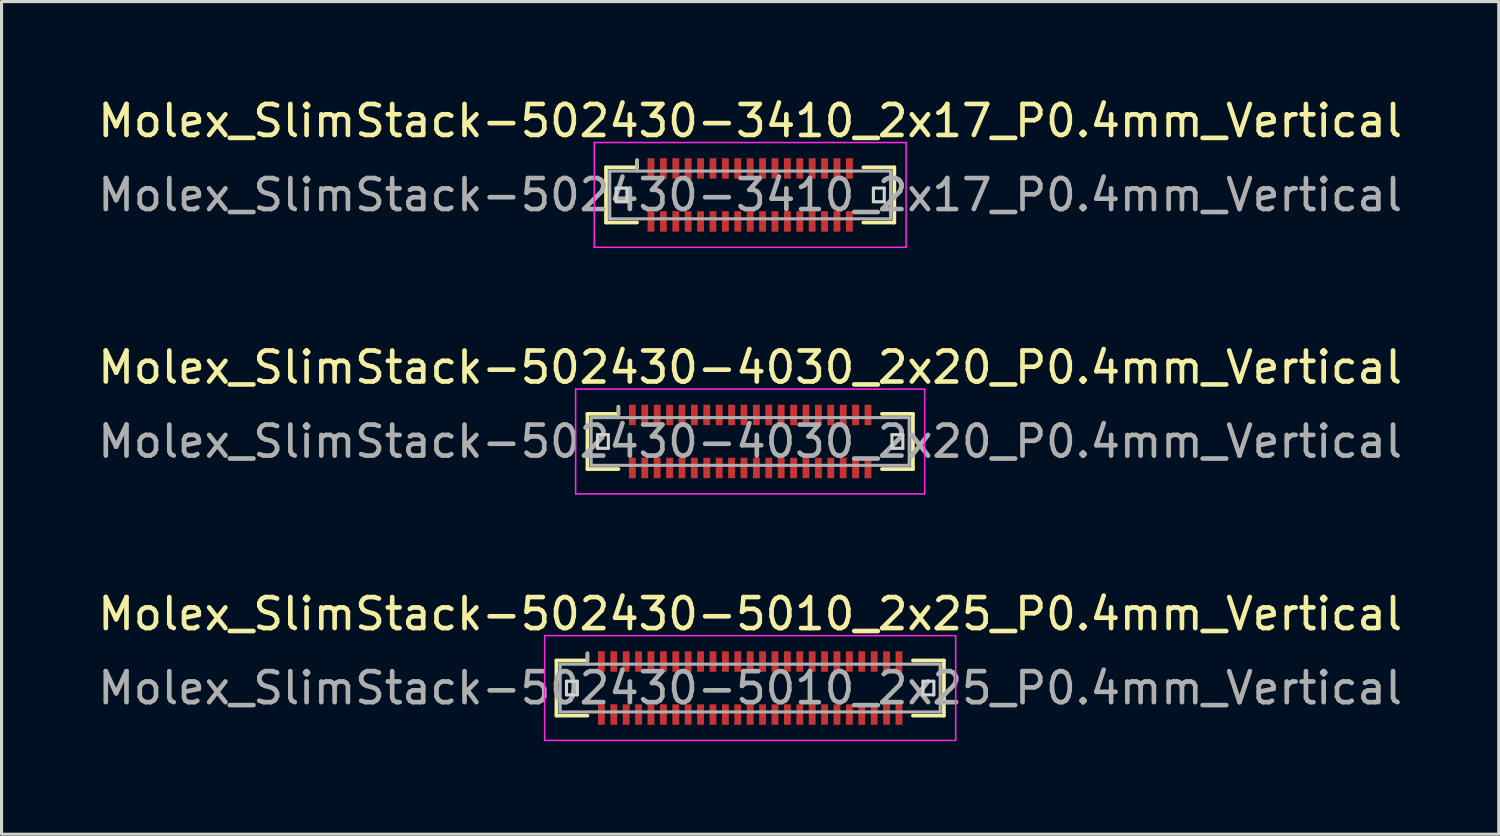
<source format=kicad_pcb>
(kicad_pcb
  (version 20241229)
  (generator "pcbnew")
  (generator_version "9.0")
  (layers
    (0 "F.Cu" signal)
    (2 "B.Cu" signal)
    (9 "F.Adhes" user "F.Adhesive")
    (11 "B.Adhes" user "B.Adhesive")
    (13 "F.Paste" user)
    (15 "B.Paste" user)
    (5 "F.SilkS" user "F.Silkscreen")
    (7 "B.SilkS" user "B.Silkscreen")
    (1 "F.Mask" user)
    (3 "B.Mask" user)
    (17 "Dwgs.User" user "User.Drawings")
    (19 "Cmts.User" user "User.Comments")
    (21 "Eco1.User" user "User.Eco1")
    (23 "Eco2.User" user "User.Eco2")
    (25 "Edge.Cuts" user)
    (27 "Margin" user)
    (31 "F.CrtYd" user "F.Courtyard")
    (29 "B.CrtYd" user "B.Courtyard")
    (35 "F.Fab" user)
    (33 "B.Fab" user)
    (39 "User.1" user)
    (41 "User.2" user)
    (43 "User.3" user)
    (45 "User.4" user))
  (footprint "Molex_SlimStack-502430-4030_2x20_P0.4mm_Vertical"
    (layer "F.Cu")
    (at 21.149 11.191)
    (property "Reference" "Molex_SlimStack-502430-4030_2x20_P0.4mm_Vertical" (at 0 -2.39 0) (layer "F.SilkS") (effects (font (size 1 1) (thickness 0.15))))
    (attr smd)
    (fp_line (start -5.25 -0.89) (end -4.25 -0.89) (stroke (width 0.12) (type solid)) (layer "F.SilkS"))
    (fp_line (start -5.25 0.89) (end -5.25 -0.89) (stroke (width 0.12) (type solid)) (layer "F.SilkS"))
    (fp_line (start -4.25 -0.89) (end -4.25 -1.12) (stroke (width 0.12) (type solid)) (layer "F.SilkS"))
    (fp_line (start -4.25 0.89) (end -5.25 0.89) (stroke (width 0.12) (type solid)) (layer "F.SilkS"))
    (fp_line (start 4.25 0.89) (end 5.25 0.89) (stroke (width 0.12) (type solid)) (layer "F.SilkS"))
    (fp_line (start 5.25 -0.89) (end 4.25 -0.89) (stroke (width 0.12) (type solid)) (layer "F.SilkS"))
    (fp_line (start 5.25 0.89) (end 5.25 -0.89) (stroke (width 0.12) (type solid)) (layer "F.SilkS"))
    (fp_line (start -4.925 -0.22) (end -4.925 0.22) (stroke (width 0.1) (type solid)) (layer "Edge.Cuts"))
    (fp_line (start -4.925 0.22) (end -4.575 0.22) (stroke (width 0.1) (type solid)) (layer "Edge.Cuts"))
    (fp_line (start -4.575 -0.22) (end -4.925 -0.22) (stroke (width 0.1) (type solid)) (layer "Edge.Cuts"))
    (fp_line (start -4.575 0.22) (end -4.575 -0.22) (stroke (width 0.1) (type solid)) (layer "Edge.Cuts"))
    (fp_line (start 4.575 -0.22) (end 4.575 0.22) (stroke (width 0.1) (type solid)) (layer "Edge.Cuts"))
    (fp_line (start 4.575 0.22) (end 4.925 0.22) (stroke (width 0.1) (type solid)) (layer "Edge.Cuts"))
    (fp_line (start 4.925 -0.22) (end 4.575 -0.22) (stroke (width 0.1) (type solid)) (layer "Edge.Cuts"))
    (fp_line (start 4.925 0.22) (end 4.925 -0.22) (stroke (width 0.1) (type solid)) (layer "Edge.Cuts"))
    (fp_line (start -5.63 -1.69) (end -5.63 1.69) (stroke (width 0.05) (type solid)) (layer "F.CrtYd"))
    (fp_line (start -5.63 1.69) (end 5.63 1.69) (stroke (width 0.05) (type solid)) (layer "F.CrtYd"))
    (fp_line (start 5.63 -1.69) (end -5.63 -1.69) (stroke (width 0.05) (type solid)) (layer "F.CrtYd"))
    (fp_line (start 5.63 1.69) (end 5.63 -1.69) (stroke (width 0.05) (type solid)) (layer "F.CrtYd"))
    (fp_line (start -5.13 -0.77) (end -5.13 0.77) (stroke (width 0.1) (type solid)) (layer "F.Fab"))
    (fp_line (start -5.13 0.77) (end 5.13 0.77) (stroke (width 0.1) (type solid)) (layer "F.Fab"))
    (fp_line (start -4.25 -0.77) (end -4.25 -1.12) (stroke (width 0.1) (type solid)) (layer "F.Fab"))
    (fp_line (start 5.13 -0.77) (end -5.13 -0.77) (stroke (width 0.1) (type solid)) (layer "F.Fab"))
    (fp_line (start 5.13 0.77) (end 5.13 -0.77) (stroke (width 0.1) (type solid)) (layer "F.Fab"))
    (fp_text user "${REFERENCE}" (at 0 0 0) (layer "F.Fab") (effects (font (size 1 1) (thickness 0.15))))
    (pad "1" smd rect (at -3.8 -0.855) (size 0.22 0.66) (layers "F.Cu" "F.Mask" "F.Paste"))
    (pad "2" smd rect (at -3.8 0.855) (size 0.22 0.66) (layers "F.Cu" "F.Mask" "F.Paste"))
    (pad "3" smd rect (at -3.4 -0.855) (size 0.22 0.66) (layers "F.Cu" "F.Mask" "F.Paste"))
    (pad "4" smd rect (at -3.4 0.855) (size 0.22 0.66) (layers "F.Cu" "F.Mask" "F.Paste"))
    (pad "5" smd rect (at -3 -0.855) (size 0.22 0.66) (layers "F.Cu" "F.Mask" "F.Paste"))
    (pad "6" smd rect (at -3 0.855) (size 0.22 0.66) (layers "F.Cu" "F.Mask" "F.Paste"))
    (pad "7" smd rect (at -2.6 -0.855) (size 0.22 0.66) (layers "F.Cu" "F.Mask" "F.Paste"))
    (pad "8" smd rect (at -2.6 0.855) (size 0.22 0.66) (layers "F.Cu" "F.Mask" "F.Paste"))
    (pad "9" smd rect (at -2.2 -0.855) (size 0.22 0.66) (layers "F.Cu" "F.Mask" "F.Paste"))
    (pad "10" smd rect (at -2.2 0.855) (size 0.22 0.66) (layers "F.Cu" "F.Mask" "F.Paste"))
    (pad "11" smd rect (at -1.8 -0.855) (size 0.22 0.66) (layers "F.Cu" "F.Mask" "F.Paste"))
    (pad "12" smd rect (at -1.8 0.855) (size 0.22 0.66) (layers "F.Cu" "F.Mask" "F.Paste"))
    (pad "13" smd rect (at -1.4 -0.855) (size 0.22 0.66) (layers "F.Cu" "F.Mask" "F.Paste"))
    (pad "14" smd rect (at -1.4 0.855) (size 0.22 0.66) (layers "F.Cu" "F.Mask" "F.Paste"))
    (pad "15" smd rect (at -1 -0.855) (size 0.22 0.66) (layers "F.Cu" "F.Mask" "F.Paste"))
    (pad "16" smd rect (at -1 0.855) (size 0.22 0.66) (layers "F.Cu" "F.Mask" "F.Paste"))
    (pad "17" smd rect (at -0.6 -0.855) (size 0.22 0.66) (layers "F.Cu" "F.Mask" "F.Paste"))
    (pad "18" smd rect (at -0.6 0.855) (size 0.22 0.66) (layers "F.Cu" "F.Mask" "F.Paste"))
    (pad "19" smd rect (at -0.2 -0.855) (size 0.22 0.66) (layers "F.Cu" "F.Mask" "F.Paste"))
    (pad "20" smd rect (at -0.2 0.855) (size 0.22 0.66) (layers "F.Cu" "F.Mask" "F.Paste"))
    (pad "21" smd rect (at 0.2 -0.855) (size 0.22 0.66) (layers "F.Cu" "F.Mask" "F.Paste"))
    (pad "22" smd rect (at 0.2 0.855) (size 0.22 0.66) (layers "F.Cu" "F.Mask" "F.Paste"))
    (pad "23" smd rect (at 0.6 -0.855) (size 0.22 0.66) (layers "F.Cu" "F.Mask" "F.Paste"))
    (pad "24" smd rect (at 0.6 0.855) (size 0.22 0.66) (layers "F.Cu" "F.Mask" "F.Paste"))
    (pad "25" smd rect (at 1 -0.855) (size 0.22 0.66) (layers "F.Cu" "F.Mask" "F.Paste"))
    (pad "26" smd rect (at 1 0.855) (size 0.22 0.66) (layers "F.Cu" "F.Mask" "F.Paste"))
    (pad "27" smd rect (at 1.4 -0.855) (size 0.22 0.66) (layers "F.Cu" "F.Mask" "F.Paste"))
    (pad "28" smd rect (at 1.4 0.855) (size 0.22 0.66) (layers "F.Cu" "F.Mask" "F.Paste"))
    (pad "29" smd rect (at 1.8 -0.855) (size 0.22 0.66) (layers "F.Cu" "F.Mask" "F.Paste"))
    (pad "30" smd rect (at 1.8 0.855) (size 0.22 0.66) (layers "F.Cu" "F.Mask" "F.Paste"))
    (pad "31" smd rect (at 2.2 -0.855) (size 0.22 0.66) (layers "F.Cu" "F.Mask" "F.Paste"))
    (pad "32" smd rect (at 2.2 0.855) (size 0.22 0.66) (layers "F.Cu" "F.Mask" "F.Paste"))
    (pad "33" smd rect (at 2.6 -0.855) (size 0.22 0.66) (layers "F.Cu" "F.Mask" "F.Paste"))
    (pad "34" smd rect (at 2.6 0.855) (size 0.22 0.66) (layers "F.Cu" "F.Mask" "F.Paste"))
    (pad "35" smd rect (at 3 -0.855) (size 0.22 0.66) (layers "F.Cu" "F.Mask" "F.Paste"))
    (pad "36" smd rect (at 3 0.855) (size 0.22 0.66) (layers "F.Cu" "F.Mask" "F.Paste"))
    (pad "37" smd rect (at 3.4 -0.855) (size 0.22 0.66) (layers "F.Cu" "F.Mask" "F.Paste"))
    (pad "38" smd rect (at 3.4 0.855) (size 0.22 0.66) (layers "F.Cu" "F.Mask" "F.Paste"))
    (pad "39" smd rect (at 3.8 -0.855) (size 0.22 0.66) (layers "F.Cu" "F.Mask" "F.Paste"))
    (pad "40" smd rect (at 3.8 0.855) (size 0.22 0.66) (layers "F.Cu" "F.Mask" "F.Paste")))
  (footprint "Molex_SlimStack-502430-5010_2x25_P0.4mm_Vertical"
    (layer "F.Cu")
    (at 21.149 19.145)
    (property "Reference" "Molex_SlimStack-502430-5010_2x25_P0.4mm_Vertical" (at 0 -2.39 0) (layer "F.SilkS") (effects (font (size 1 1) (thickness 0.15))))
    (attr smd)
    (fp_line (start -6.25 -0.89) (end -5.25 -0.89) (stroke (width 0.12) (type solid)) (layer "F.SilkS"))
    (fp_line (start -6.25 0.89) (end -6.25 -0.89) (stroke (width 0.12) (type solid)) (layer "F.SilkS"))
    (fp_line (start -5.25 -0.89) (end -5.25 -1.12) (stroke (width 0.12) (type solid)) (layer "F.SilkS"))
    (fp_line (start -5.25 0.89) (end -6.25 0.89) (stroke (width 0.12) (type solid)) (layer "F.SilkS"))
    (fp_line (start 5.25 0.89) (end 6.25 0.89) (stroke (width 0.12) (type solid)) (layer "F.SilkS"))
    (fp_line (start 6.25 -0.89) (end 5.25 -0.89) (stroke (width 0.12) (type solid)) (layer "F.SilkS"))
    (fp_line (start 6.25 0.89) (end 6.25 -0.89) (stroke (width 0.12) (type solid)) (layer "F.SilkS"))
    (fp_line (start -5.925 -0.22) (end -5.925 0.22) (stroke (width 0.1) (type solid)) (layer "Edge.Cuts"))
    (fp_line (start -5.925 0.22) (end -5.575 0.22) (stroke (width 0.1) (type solid)) (layer "Edge.Cuts"))
    (fp_line (start -5.575 -0.22) (end -5.925 -0.22) (stroke (width 0.1) (type solid)) (layer "Edge.Cuts"))
    (fp_line (start -5.575 0.22) (end -5.575 -0.22) (stroke (width 0.1) (type solid)) (layer "Edge.Cuts"))
    (fp_line (start 5.575 -0.22) (end 5.575 0.22) (stroke (width 0.1) (type solid)) (layer "Edge.Cuts"))
    (fp_line (start 5.575 0.22) (end 5.925 0.22) (stroke (width 0.1) (type solid)) (layer "Edge.Cuts"))
    (fp_line (start 5.925 -0.22) (end 5.575 -0.22) (stroke (width 0.1) (type solid)) (layer "Edge.Cuts"))
    (fp_line (start 5.925 0.22) (end 5.925 -0.22) (stroke (width 0.1) (type solid)) (layer "Edge.Cuts"))
    (fp_line (start -6.63 -1.69) (end -6.63 1.69) (stroke (width 0.05) (type solid)) (layer "F.CrtYd"))
    (fp_line (start -6.63 1.69) (end 6.63 1.69) (stroke (width 0.05) (type solid)) (layer "F.CrtYd"))
    (fp_line (start 6.63 -1.69) (end -6.63 -1.69) (stroke (width 0.05) (type solid)) (layer "F.CrtYd"))
    (fp_line (start 6.63 1.69) (end 6.63 -1.69) (stroke (width 0.05) (type solid)) (layer "F.CrtYd"))
    (fp_line (start -6.13 -0.77) (end -6.13 0.77) (stroke (width 0.1) (type solid)) (layer "F.Fab"))
    (fp_line (start -6.13 0.77) (end 6.13 0.77) (stroke (width 0.1) (type solid)) (layer "F.Fab"))
    (fp_line (start -5.25 -0.77) (end -5.25 -1.12) (stroke (width 0.1) (type solid)) (layer "F.Fab"))
    (fp_line (start 6.13 -0.77) (end -6.13 -0.77) (stroke (width 0.1) (type solid)) (layer "F.Fab"))
    (fp_line (start 6.13 0.77) (end 6.13 -0.77) (stroke (width 0.1) (type solid)) (layer "F.Fab"))
    (fp_text user "${REFERENCE}" (at 0 0 0) (layer "F.Fab") (effects (font (size 1 1) (thickness 0.15))))
    (pad "1" smd rect (at -4.8 -0.855) (size 0.22 0.66) (layers "F.Cu" "F.Mask" "F.Paste"))
    (pad "2" smd rect (at -4.8 0.855) (size 0.22 0.66) (layers "F.Cu" "F.Mask" "F.Paste"))
    (pad "3" smd rect (at -4.4 -0.855) (size 0.22 0.66) (layers "F.Cu" "F.Mask" "F.Paste"))
    (pad "4" smd rect (at -4.4 0.855) (size 0.22 0.66) (layers "F.Cu" "F.Mask" "F.Paste"))
    (pad "5" smd rect (at -4 -0.855) (size 0.22 0.66) (layers "F.Cu" "F.Mask" "F.Paste"))
    (pad "6" smd rect (at -4 0.855) (size 0.22 0.66) (layers "F.Cu" "F.Mask" "F.Paste"))
    (pad "7" smd rect (at -3.6 -0.855) (size 0.22 0.66) (layers "F.Cu" "F.Mask" "F.Paste"))
    (pad "8" smd rect (at -3.6 0.855) (size 0.22 0.66) (layers "F.Cu" "F.Mask" "F.Paste"))
    (pad "9" smd rect (at -3.2 -0.855) (size 0.22 0.66) (layers "F.Cu" "F.Mask" "F.Paste"))
    (pad "10" smd rect (at -3.2 0.855) (size 0.22 0.66) (layers "F.Cu" "F.Mask" "F.Paste"))
    (pad "11" smd rect (at -2.8 -0.855) (size 0.22 0.66) (layers "F.Cu" "F.Mask" "F.Paste"))
    (pad "12" smd rect (at -2.8 0.855) (size 0.22 0.66) (layers "F.Cu" "F.Mask" "F.Paste"))
    (pad "13" smd rect (at -2.4 -0.855) (size 0.22 0.66) (layers "F.Cu" "F.Mask" "F.Paste"))
    (pad "14" smd rect (at -2.4 0.855) (size 0.22 0.66) (layers "F.Cu" "F.Mask" "F.Paste"))
    (pad "15" smd rect (at -2 -0.855) (size 0.22 0.66) (layers "F.Cu" "F.Mask" "F.Paste"))
    (pad "16" smd rect (at -2 0.855) (size 0.22 0.66) (layers "F.Cu" "F.Mask" "F.Paste"))
    (pad "17" smd rect (at -1.6 -0.855) (size 0.22 0.66) (layers "F.Cu" "F.Mask" "F.Paste"))
    (pad "18" smd rect (at -1.6 0.855) (size 0.22 0.66) (layers "F.Cu" "F.Mask" "F.Paste"))
    (pad "19" smd rect (at -1.2 -0.855) (size 0.22 0.66) (layers "F.Cu" "F.Mask" "F.Paste"))
    (pad "20" smd rect (at -1.2 0.855) (size 0.22 0.66) (layers "F.Cu" "F.Mask" "F.Paste"))
    (pad "21" smd rect (at -0.8 -0.855) (size 0.22 0.66) (layers "F.Cu" "F.Mask" "F.Paste"))
    (pad "22" smd rect (at -0.8 0.855) (size 0.22 0.66) (layers "F.Cu" "F.Mask" "F.Paste"))
    (pad "23" smd rect (at -0.4 -0.855) (size 0.22 0.66) (layers "F.Cu" "F.Mask" "F.Paste"))
    (pad "24" smd rect (at -0.4 0.855) (size 0.22 0.66) (layers "F.Cu" "F.Mask" "F.Paste"))
    (pad "25" smd rect (at 0 -0.855) (size 0.22 0.66) (layers "F.Cu" "F.Mask" "F.Paste"))
    (pad "26" smd rect (at 0 0.855) (size 0.22 0.66) (layers "F.Cu" "F.Mask" "F.Paste"))
    (pad "27" smd rect (at 0.4 -0.855) (size 0.22 0.66) (layers "F.Cu" "F.Mask" "F.Paste"))
    (pad "28" smd rect (at 0.4 0.855) (size 0.22 0.66) (layers "F.Cu" "F.Mask" "F.Paste"))
    (pad "29" smd rect (at 0.8 -0.855) (size 0.22 0.66) (layers "F.Cu" "F.Mask" "F.Paste"))
    (pad "30" smd rect (at 0.8 0.855) (size 0.22 0.66) (layers "F.Cu" "F.Mask" "F.Paste"))
    (pad "31" smd rect (at 1.2 -0.855) (size 0.22 0.66) (layers "F.Cu" "F.Mask" "F.Paste"))
    (pad "32" smd rect (at 1.2 0.855) (size 0.22 0.66) (layers "F.Cu" "F.Mask" "F.Paste"))
    (pad "33" smd rect (at 1.6 -0.855) (size 0.22 0.66) (layers "F.Cu" "F.Mask" "F.Paste"))
    (pad "34" smd rect (at 1.6 0.855) (size 0.22 0.66) (layers "F.Cu" "F.Mask" "F.Paste"))
    (pad "35" smd rect (at 2 -0.855) (size 0.22 0.66) (layers "F.Cu" "F.Mask" "F.Paste"))
    (pad "36" smd rect (at 2 0.855) (size 0.22 0.66) (layers "F.Cu" "F.Mask" "F.Paste"))
    (pad "37" smd rect (at 2.4 -0.855) (size 0.22 0.66) (layers "F.Cu" "F.Mask" "F.Paste"))
    (pad "38" smd rect (at 2.4 0.855) (size 0.22 0.66) (layers "F.Cu" "F.Mask" "F.Paste"))
    (pad "39" smd rect (at 2.8 -0.855) (size 0.22 0.66) (layers "F.Cu" "F.Mask" "F.Paste"))
    (pad "40" smd rect (at 2.8 0.855) (size 0.22 0.66) (layers "F.Cu" "F.Mask" "F.Paste"))
    (pad "41" smd rect (at 3.2 -0.855) (size 0.22 0.66) (layers "F.Cu" "F.Mask" "F.Paste"))
    (pad "42" smd rect (at 3.2 0.855) (size 0.22 0.66) (layers "F.Cu" "F.Mask" "F.Paste"))
    (pad "43" smd rect (at 3.6 -0.855) (size 0.22 0.66) (layers "F.Cu" "F.Mask" "F.Paste"))
    (pad "44" smd rect (at 3.6 0.855) (size 0.22 0.66) (layers "F.Cu" "F.Mask" "F.Paste"))
    (pad "45" smd rect (at 4 -0.855) (size 0.22 0.66) (layers "F.Cu" "F.Mask" "F.Paste"))
    (pad "46" smd rect (at 4 0.855) (size 0.22 0.66) (layers "F.Cu" "F.Mask" "F.Paste"))
    (pad "47" smd rect (at 4.4 -0.855) (size 0.22 0.66) (layers "F.Cu" "F.Mask" "F.Paste"))
    (pad "48" smd rect (at 4.4 0.855) (size 0.22 0.66) (layers "F.Cu" "F.Mask" "F.Paste"))
    (pad "49" smd rect (at 4.8 -0.855) (size 0.22 0.66) (layers "F.Cu" "F.Mask" "F.Paste"))
    (pad "50" smd rect (at 4.8 0.855) (size 0.22 0.66) (layers "F.Cu" "F.Mask" "F.Paste")))
  (footprint "Molex_SlimStack-502430-3410_2x17_P0.4mm_Vertical"
    (layer "F.Cu")
    (at 21.149 3.238)
    (property "Reference" "Molex_SlimStack-502430-3410_2x17_P0.4mm_Vertical" (at 0 -2.39 0) (layer "F.SilkS") (effects (font (size 1 1) (thickness 0.15))))
    (attr smd)
    (fp_line (start -4.65 -0.89) (end -3.65 -0.89) (stroke (width 0.12) (type solid)) (layer "F.SilkS"))
    (fp_line (start -4.65 0.89) (end -4.65 -0.89) (stroke (width 0.12) (type solid)) (layer "F.SilkS"))
    (fp_line (start -3.65 -0.89) (end -3.65 -1.12) (stroke (width 0.12) (type solid)) (layer "F.SilkS"))
    (fp_line (start -3.65 0.89) (end -4.65 0.89) (stroke (width 0.12) (type solid)) (layer "F.SilkS"))
    (fp_line (start 3.65 0.89) (end 4.65 0.89) (stroke (width 0.12) (type solid)) (layer "F.SilkS"))
    (fp_line (start 4.65 -0.89) (end 3.65 -0.89) (stroke (width 0.12) (type solid)) (layer "F.SilkS"))
    (fp_line (start 4.65 0.89) (end 4.65 -0.89) (stroke (width 0.12) (type solid)) (layer "F.SilkS"))
    (fp_line (start -4.325 -0.22) (end -4.325 0.22) (stroke (width 0.1) (type solid)) (layer "Edge.Cuts"))
    (fp_line (start -4.325 0.22) (end -3.975 0.22) (stroke (width 0.1) (type solid)) (layer "Edge.Cuts"))
    (fp_line (start -3.975 -0.22) (end -4.325 -0.22) (stroke (width 0.1) (type solid)) (layer "Edge.Cuts"))
    (fp_line (start -3.975 0.22) (end -3.975 -0.22) (stroke (width 0.1) (type solid)) (layer "Edge.Cuts"))
    (fp_line (start 3.975 -0.22) (end 3.975 0.22) (stroke (width 0.1) (type solid)) (layer "Edge.Cuts"))
    (fp_line (start 3.975 0.22) (end 4.325 0.22) (stroke (width 0.1) (type solid)) (layer "Edge.Cuts"))
    (fp_line (start 4.325 -0.22) (end 3.975 -0.22) (stroke (width 0.1) (type solid)) (layer "Edge.Cuts"))
    (fp_line (start 4.325 0.22) (end 4.325 -0.22) (stroke (width 0.1) (type solid)) (layer "Edge.Cuts"))
    (fp_line (start -5.03 -1.69) (end -5.03 1.69) (stroke (width 0.05) (type solid)) (layer "F.CrtYd"))
    (fp_line (start -5.03 1.69) (end 5.03 1.69) (stroke (width 0.05) (type solid)) (layer "F.CrtYd"))
    (fp_line (start 5.03 -1.69) (end -5.03 -1.69) (stroke (width 0.05) (type solid)) (layer "F.CrtYd"))
    (fp_line (start 5.03 1.69) (end 5.03 -1.69) (stroke (width 0.05) (type solid)) (layer "F.CrtYd"))
    (fp_line (start -4.53 -0.77) (end -4.53 0.77) (stroke (width 0.1) (type solid)) (layer "F.Fab"))
    (fp_line (start -4.53 0.77) (end 4.53 0.77) (stroke (width 0.1) (type solid)) (layer "F.Fab"))
    (fp_line (start -3.65 -0.77) (end -3.65 -1.12) (stroke (width 0.1) (type solid)) (layer "F.Fab"))
    (fp_line (start 4.53 -0.77) (end -4.53 -0.77) (stroke (width 0.1) (type solid)) (layer "F.Fab"))
    (fp_line (start 4.53 0.77) (end 4.53 -0.77) (stroke (width 0.1) (type solid)) (layer "F.Fab"))
    (fp_text user "${REFERENCE}" (at 0 0 0) (layer "F.Fab") (effects (font (size 1 1) (thickness 0.15))))
    (pad "1" smd rect (at -3.2 -0.855) (size 0.22 0.66) (layers "F.Cu" "F.Mask" "F.Paste"))
    (pad "2" smd rect (at -3.2 0.855) (size 0.22 0.66) (layers "F.Cu" "F.Mask" "F.Paste"))
    (pad "3" smd rect (at -2.8 -0.855) (size 0.22 0.66) (layers "F.Cu" "F.Mask" "F.Paste"))
    (pad "4" smd rect (at -2.8 0.855) (size 0.22 0.66) (layers "F.Cu" "F.Mask" "F.Paste"))
    (pad "5" smd rect (at -2.4 -0.855) (size 0.22 0.66) (layers "F.Cu" "F.Mask" "F.Paste"))
    (pad "6" smd rect (at -2.4 0.855) (size 0.22 0.66) (layers "F.Cu" "F.Mask" "F.Paste"))
    (pad "7" smd rect (at -2 -0.855) (size 0.22 0.66) (layers "F.Cu" "F.Mask" "F.Paste"))
    (pad "8" smd rect (at -2 0.855) (size 0.22 0.66) (layers "F.Cu" "F.Mask" "F.Paste"))
    (pad "9" smd rect (at -1.6 -0.855) (size 0.22 0.66) (layers "F.Cu" "F.Mask" "F.Paste"))
    (pad "10" smd rect (at -1.6 0.855) (size 0.22 0.66) (layers "F.Cu" "F.Mask" "F.Paste"))
    (pad "11" smd rect (at -1.2 -0.855) (size 0.22 0.66) (layers "F.Cu" "F.Mask" "F.Paste"))
    (pad "12" smd rect (at -1.2 0.855) (size 0.22 0.66) (layers "F.Cu" "F.Mask" "F.Paste"))
    (pad "13" smd rect (at -0.8 -0.855) (size 0.22 0.66) (layers "F.Cu" "F.Mask" "F.Paste"))
    (pad "14" smd rect (at -0.8 0.855) (size 0.22 0.66) (layers "F.Cu" "F.Mask" "F.Paste"))
    (pad "15" smd rect (at -0.4 -0.855) (size 0.22 0.66) (layers "F.Cu" "F.Mask" "F.Paste"))
    (pad "16" smd rect (at -0.4 0.855) (size 0.22 0.66) (layers "F.Cu" "F.Mask" "F.Paste"))
    (pad "17" smd rect (at 0 -0.855) (size 0.22 0.66) (layers "F.Cu" "F.Mask" "F.Paste"))
    (pad "18" smd rect (at 0 0.855) (size 0.22 0.66) (layers "F.Cu" "F.Mask" "F.Paste"))
    (pad "19" smd rect (at 0.4 -0.855) (size 0.22 0.66) (layers "F.Cu" "F.Mask" "F.Paste"))
    (pad "20" smd rect (at 0.4 0.855) (size 0.22 0.66) (layers "F.Cu" "F.Mask" "F.Paste"))
    (pad "21" smd rect (at 0.8 -0.855) (size 0.22 0.66) (layers "F.Cu" "F.Mask" "F.Paste"))
    (pad "22" smd rect (at 0.8 0.855) (size 0.22 0.66) (layers "F.Cu" "F.Mask" "F.Paste"))
    (pad "23" smd rect (at 1.2 -0.855) (size 0.22 0.66) (layers "F.Cu" "F.Mask" "F.Paste"))
    (pad "24" smd rect (at 1.2 0.855) (size 0.22 0.66) (layers "F.Cu" "F.Mask" "F.Paste"))
    (pad "25" smd rect (at 1.6 -0.855) (size 0.22 0.66) (layers "F.Cu" "F.Mask" "F.Paste"))
    (pad "26" smd rect (at 1.6 0.855) (size 0.22 0.66) (layers "F.Cu" "F.Mask" "F.Paste"))
    (pad "27" smd rect (at 2 -0.855) (size 0.22 0.66) (layers "F.Cu" "F.Mask" "F.Paste"))
    (pad "28" smd rect (at 2 0.855) (size 0.22 0.66) (layers "F.Cu" "F.Mask" "F.Paste"))
    (pad "29" smd rect (at 2.4 -0.855) (size 0.22 0.66) (layers "F.Cu" "F.Mask" "F.Paste"))
    (pad "30" smd rect (at 2.4 0.855) (size 0.22 0.66) (layers "F.Cu" "F.Mask" "F.Paste"))
    (pad "31" smd rect (at 2.8 -0.855) (size 0.22 0.66) (layers "F.Cu" "F.Mask" "F.Paste"))
    (pad "32" smd rect (at 2.8 0.855) (size 0.22 0.66) (layers "F.Cu" "F.Mask" "F.Paste"))
    (pad "33" smd rect (at 3.2 -0.855) (size 0.22 0.66) (layers "F.Cu" "F.Mask" "F.Paste"))
    (pad "34" smd rect (at 3.2 0.855) (size 0.22 0.66) (layers "F.Cu" "F.Mask" "F.Paste")))
  (gr_rect
    (start -3 -3)
    (end 45.298 23.86)
    (stroke (width 0.1) (type default))
    (fill no)
    (layer "Edge.Cuts")))
</source>
